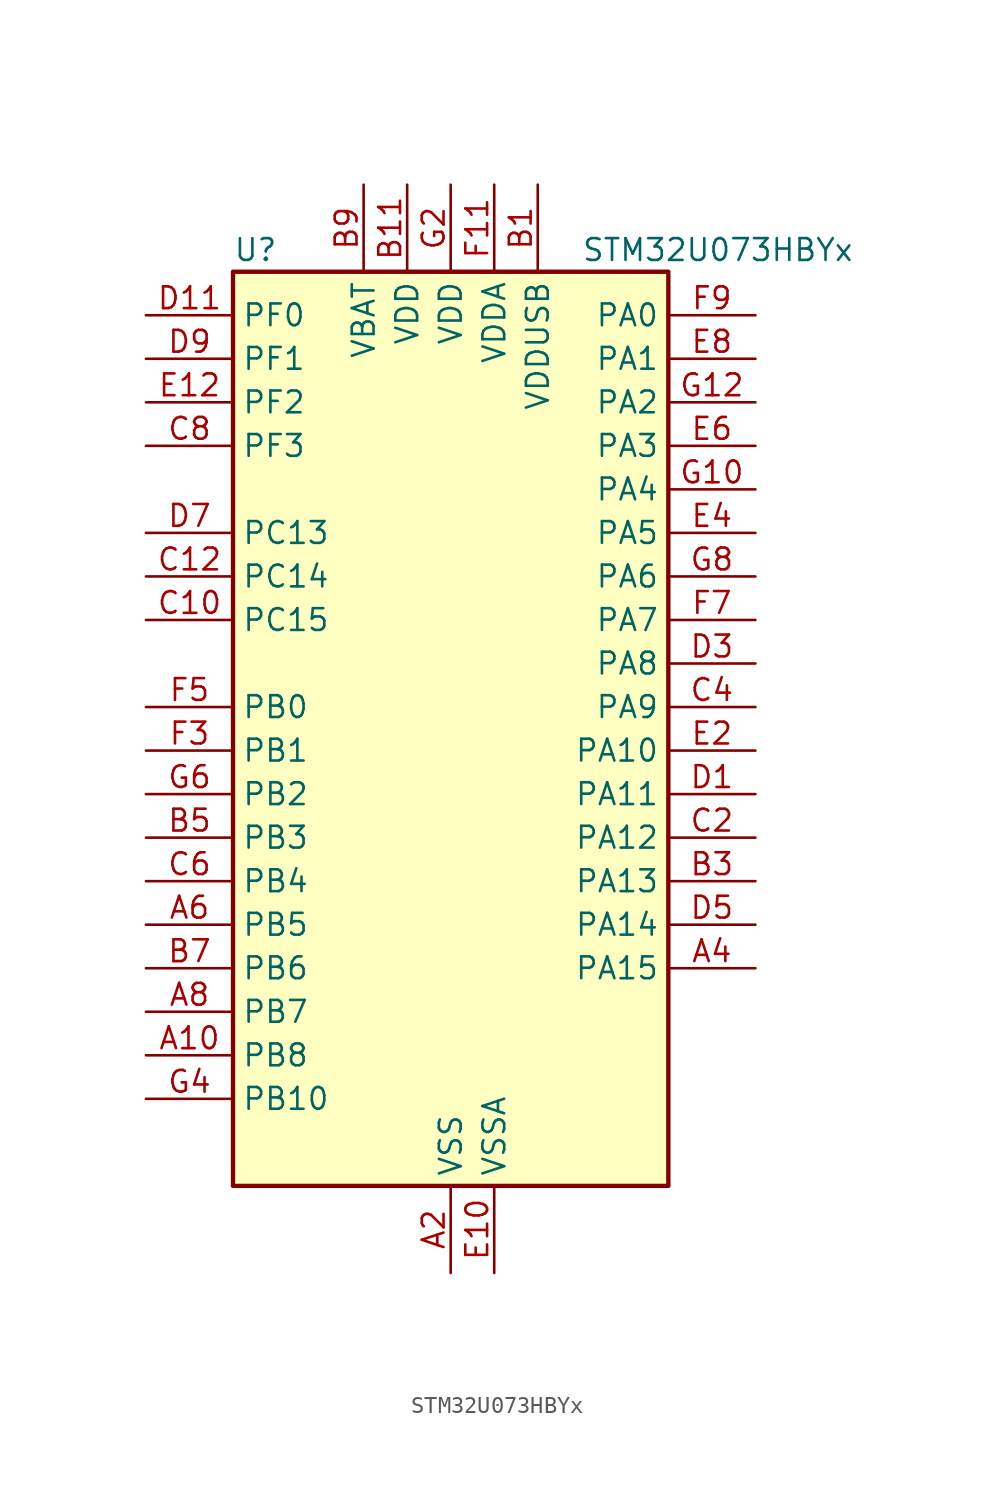
<source format=kicad_sym>
(kicad_symbol_lib
  (version 20231120)
  (generator "kicad_symbol_editor")
  (generator_version "8.99")
  (symbol "STM32U073HBYx"
    (property "Reference" "U"
      (at -12.7 29.21 0)
      (effects (font (size 1.27 1.27)) (justify left)))
    (property "Value" "STM32U073HBYx"
      (at 7.62 29.21 0)
      (effects (font (size 1.27 1.27)) (justify left)))
    (property "ki_locked" ""
      (at 0 0 0)
      (effects (font (size 1.27 1.27))))
    (symbol "STM32U073HBYx_0_1"
      (rectangle (start -12.7 -25.4) (end 12.7 27.94) (stroke (width 0.254) (type default)) (fill (type background))))
    (symbol "STM32U073HBYx_1_1"
      (pin bidirectional line (at -17.78 -17.78 0) (length 5.08) (name "PB8" (effects (font (size 1.27 1.27)))) (number "A10" (effects (font (size 1.27 1.27)))) (alternate "I2C1_SCL" bidirectional line) (alternate "I2C2_SCL" bidirectional line) (alternate "LCD_SEG16" bidirectional line) (alternate "LPTIM1_IN2" bidirectional line) (alternate "LPTIM3_IN2" bidirectional line) (alternate "TIM16_CH1" bidirectional line) (alternate "USART3_TX" bidirectional line))
      (pin passive line (at 0 -30.48 90) (length 5.08) hide (name "VSS" (effects (font (size 1.27 1.27)))) (number "A12" (effects (font (size 1.27 1.27)))))
      (pin power_in line (at 0 -30.48 90) (length 5.08) (name "VSS" (effects (font (size 1.27 1.27)))) (number "A2" (effects (font (size 1.27 1.27)))))
      (pin bidirectional line (at 17.78 -12.7 180) (length 5.08) (name "PA15" (effects (font (size 1.27 1.27)))) (number "A4" (effects (font (size 1.27 1.27)))) (alternate "DEBUG_JTDI" bidirectional line) (alternate "LCD_SEG17" bidirectional line) (alternate "LPTIM3_CH3" bidirectional line) (alternate "LPTIM3_IN2" bidirectional line) (alternate "SPI1_NSS" bidirectional line) (alternate "SPI3_NSS" bidirectional line) (alternate "TIM2_CH1" bidirectional line) (alternate "TIM2_ETR" bidirectional line) (alternate "TSC_G3_IO1" bidirectional line) (alternate "USART2_RX" bidirectional line) (alternate "USART3_DE" bidirectional line) (alternate "USART3_RTS" bidirectional line) (alternate "USART4_DE" bidirectional line) (alternate "USART4_RTS" bidirectional line))
      (pin bidirectional line (at -17.78 -10.16 0) (length 5.08) (name "PB5" (effects (font (size 1.27 1.27)))) (number "A6" (effects (font (size 1.27 1.27)))) (alternate "COMP2_OUT" bidirectional line) (alternate "LCD_SEG9" bidirectional line) (alternate "LPTIM1_IN1" bidirectional line) (alternate "LPUART3_CTS" bidirectional line) (alternate "SPI1_MOSI" bidirectional line) (alternate "SPI3_MOSI" bidirectional line) (alternate "TIM16_BKIN" bidirectional line) (alternate "TIM3_CH2" bidirectional line) (alternate "TSC_G2_IO2" bidirectional line) (alternate "USART1_CK" bidirectional line))
      (pin bidirectional line (at -17.78 -15.24 0) (length 5.08) (name "PB7" (effects (font (size 1.27 1.27)))) (number "A8" (effects (font (size 1.27 1.27)))) (alternate "COMP2_INM" bidirectional line) (alternate "I2C1_SDA" bidirectional line) (alternate "I2C2_SDA" bidirectional line) (alternate "I2C4_SDA" bidirectional line) (alternate "LCD_SEG21" bidirectional line) (alternate "LPTIM1_IN2" bidirectional line) (alternate "LPUART2_RX" bidirectional line) (alternate "LPUART3_RX" bidirectional line) (alternate "PWR_PVD_IN" bidirectional line) (alternate "TSC_G2_IO4" bidirectional line) (alternate "USART1_RX" bidirectional line) (alternate "USART4_CTS" bidirectional line))
      (pin power_in line (at 5.08 33.02 270) (length 5.08) (name "VDDUSB" (effects (font (size 1.27 1.27)))) (number "B1" (effects (font (size 1.27 1.27)))))
      (pin power_in line (at -2.54 33.02 270) (length 5.08) (name "VDD" (effects (font (size 1.27 1.27)))) (number "B11" (effects (font (size 1.27 1.27)))))
      (pin bidirectional line (at 17.78 -7.62 180) (length 5.08) (name "PA13" (effects (font (size 1.27 1.27)))) (number "B3" (effects (font (size 1.27 1.27)))) (alternate "DEBUG_JTMS-SWDIO" bidirectional line) (alternate "IR_OUT" bidirectional line) (alternate "LCD_SEG40" bidirectional line) (alternate "TSC_G7_IO4" bidirectional line) (alternate "USB_NOE" bidirectional line))
      (pin bidirectional line (at -17.78 -5.08 0) (length 5.08) (name "PB3" (effects (font (size 1.27 1.27)))) (number "B5" (effects (font (size 1.27 1.27)))) (alternate "COMP2_INM" bidirectional line) (alternate "DEBUG_JTDO-SWO" bidirectional line) (alternate "I2C2_SCL" bidirectional line) (alternate "I2C3_SCL" bidirectional line) (alternate "LCD_SEG7" bidirectional line) (alternate "LPTIM1_CH3" bidirectional line) (alternate "SPI1_SCK" bidirectional line) (alternate "SPI3_SCK" bidirectional line) (alternate "TIM2_CH2" bidirectional line) (alternate "USART1_DE" bidirectional line) (alternate "USART1_RTS" bidirectional line))
      (pin bidirectional line (at -17.78 -12.7 0) (length 5.08) (name "PB6" (effects (font (size 1.27 1.27)))) (number "B7" (effects (font (size 1.27 1.27)))) (alternate "COMP2_INP" bidirectional line) (alternate "I2C1_SCL" bidirectional line) (alternate "I2C2_SCL" bidirectional line) (alternate "I2C4_SCL" bidirectional line) (alternate "LPTIM1_ETR" bidirectional line) (alternate "LPUART2_TX" bidirectional line) (alternate "LPUART3_TX" bidirectional line) (alternate "TIM16_CH1N" bidirectional line) (alternate "TSC_G2_IO3" bidirectional line) (alternate "USART1_TX" bidirectional line))
      (pin power_in line (at -5.08 33.02 270) (length 5.08) (name "VBAT" (effects (font (size 1.27 1.27)))) (number "B9" (effects (font (size 1.27 1.27)))))
      (pin bidirectional line (at -17.78 7.62 0) (length 5.08) (name "PC15" (effects (font (size 1.27 1.27)))) (number "C10" (effects (font (size 1.27 1.27)))) (alternate "RCC_OSC32_EN" bidirectional line) (alternate "RCC_OSC32_OUT" bidirectional line) (alternate "RCC_OSC_EN" bidirectional line))
      (pin bidirectional line (at -17.78 10.16 0) (length 5.08) (name "PC14" (effects (font (size 1.27 1.27)))) (number "C12" (effects (font (size 1.27 1.27)))) (alternate "RCC_OSC32_IN" bidirectional line))
      (pin bidirectional line (at 17.78 -5.08 180) (length 5.08) (name "PA12" (effects (font (size 1.27 1.27)))) (number "C2" (effects (font (size 1.27 1.27)))) (alternate "SPI1_MOSI" bidirectional line) (alternate "SPI2_MOSI" bidirectional line) (alternate "TIM1_ETR" bidirectional line) (alternate "USART1_DE" bidirectional line) (alternate "USART1_RTS" bidirectional line) (alternate "USB_DP" bidirectional line))
      (pin bidirectional line (at 17.78 2.54 180) (length 5.08) (name "PA9" (effects (font (size 1.27 1.27)))) (number "C4" (effects (font (size 1.27 1.27)))) (alternate "COMP1_INP" bidirectional line) (alternate "DAC1_EXTI9" bidirectional line) (alternate "I2C1_SCL" bidirectional line) (alternate "I2C2_SCL" bidirectional line) (alternate "LCD_COM1" bidirectional line) (alternate "RCC_MCO" bidirectional line) (alternate "TIM15_BKIN" bidirectional line) (alternate "TIM1_CH2" bidirectional line) (alternate "TSC_G7_IO2" bidirectional line) (alternate "USART1_TX" bidirectional line))
      (pin bidirectional line (at -17.78 -7.62 0) (length 5.08) (name "PB4" (effects (font (size 1.27 1.27)))) (number "C6" (effects (font (size 1.27 1.27)))) (alternate "COMP2_INP" bidirectional line) (alternate "I2C2_SDA" bidirectional line) (alternate "I2C3_SDA" bidirectional line) (alternate "LCD_SEG8" bidirectional line) (alternate "LPTIM1_CH4" bidirectional line) (alternate "LPUART3_DE" bidirectional line) (alternate "LPUART3_RTS" bidirectional line) (alternate "SPI1_MISO" bidirectional line) (alternate "SPI3_MISO" bidirectional line) (alternate "TIM3_CH1" bidirectional line) (alternate "TSC_G2_IO1" bidirectional line) (alternate "USART1_CTS" bidirectional line))
      (pin bidirectional line (at -17.78 17.78 0) (length 5.08) (name "PF3" (effects (font (size 1.27 1.27)))) (number "C8" (effects (font (size 1.27 1.27)))))
      (pin bidirectional line (at 17.78 -2.54 180) (length 5.08) (name "PA11" (effects (font (size 1.27 1.27)))) (number "D1" (effects (font (size 1.27 1.27)))) (alternate "ADC1_EXTI11" bidirectional line) (alternate "COMP1_OUT" bidirectional line) (alternate "SPI1_MISO" bidirectional line) (alternate "SPI2_MISO" bidirectional line) (alternate "TIM1_BKIN2" bidirectional line) (alternate "TIM1_CH4" bidirectional line) (alternate "USART1_CTS" bidirectional line) (alternate "USB_DM" bidirectional line))
      (pin bidirectional line (at -17.78 25.4 0) (length 5.08) (name "PF0" (effects (font (size 1.27 1.27)))) (number "D11" (effects (font (size 1.27 1.27)))) (alternate "RCC_OSC_IN" bidirectional line))
      (pin bidirectional line (at 17.78 5.08 180) (length 5.08) (name "PA8" (effects (font (size 1.27 1.27)))) (number "D3" (effects (font (size 1.27 1.27)))) (alternate "LCD_COM0" bidirectional line) (alternate "LPTIM2_CH1" bidirectional line) (alternate "RCC_MCO" bidirectional line) (alternate "RCC_MCO2" bidirectional line) (alternate "TIM1_CH1" bidirectional line) (alternate "TSC_G7_IO1" bidirectional line) (alternate "USART1_CK" bidirectional line))
      (pin bidirectional line (at 17.78 -10.16 180) (length 5.08) (name "PA14" (effects (font (size 1.27 1.27)))) (number "D5" (effects (font (size 1.27 1.27)))) (alternate "DEBUG_JTCK-SWCLK" bidirectional line) (alternate "LCD_SEG41" bidirectional line) (alternate "LPTIM1_CH1" bidirectional line) (alternate "TSC_G3_IO4" bidirectional line))
      (pin bidirectional line (at -17.78 12.7 0) (length 5.08) (name "PC13" (effects (font (size 1.27 1.27)))) (number "D7" (effects (font (size 1.27 1.27)))) (alternate "LPTIM1_CH3" bidirectional line) (alternate "LPTIM3_CH3" bidirectional line) (alternate "PWR_WKUP2" bidirectional line) (alternate "RTC_OUT1" bidirectional line) (alternate "RTC_TS" bidirectional line) (alternate "TAMP_IN1" bidirectional line))
      (pin bidirectional line (at -17.78 22.86 0) (length 5.08) (name "PF1" (effects (font (size 1.27 1.27)))) (number "D9" (effects (font (size 1.27 1.27)))) (alternate "RCC_OSC_EN" bidirectional line) (alternate "RCC_OSC_OUT" bidirectional line))
      (pin power_in line (at 2.54 -30.48 90) (length 5.08) (name "VSSA" (effects (font (size 1.27 1.27)))) (number "E10" (effects (font (size 1.27 1.27)))))
      (pin bidirectional line (at -17.78 20.32 0) (length 5.08) (name "PF2" (effects (font (size 1.27 1.27)))) (number "E12" (effects (font (size 1.27 1.27)))) (alternate "RCC_MCO" bidirectional line))
      (pin bidirectional line (at 17.78 0 180) (length 5.08) (name "PA10" (effects (font (size 1.27 1.27)))) (number "E2" (effects (font (size 1.27 1.27)))) (alternate "CRS_SYNC" bidirectional line) (alternate "I2C1_SDA" bidirectional line) (alternate "I2C2_SDA" bidirectional line) (alternate "LCD_COM2" bidirectional line) (alternate "RCC_MCO2" bidirectional line) (alternate "SPI2_NSS" bidirectional line) (alternate "TIM1_CH3" bidirectional line) (alternate "TSC_G7_IO3" bidirectional line) (alternate "USART1_RX" bidirectional line))
      (pin bidirectional line (at 17.78 12.7 180) (length 5.08) (name "PA5" (effects (font (size 1.27 1.27)))) (number "E4" (effects (font (size 1.27 1.27)))) (alternate "ADC1_IN9" bidirectional line) (alternate "COMP1_INM" bidirectional line) (alternate "COMP2_INM" bidirectional line) (alternate "LCD_SEG44" bidirectional line) (alternate "LPTIM2_ETR" bidirectional line) (alternate "LPUART3_RX" bidirectional line) (alternate "SPI1_SCK" bidirectional line) (alternate "TIM2_CH1" bidirectional line) (alternate "TIM2_ETR" bidirectional line) (alternate "USART3_TX" bidirectional line))
      (pin bidirectional line (at 17.78 17.78 180) (length 5.08) (name "PA3" (effects (font (size 1.27 1.27)))) (number "E6" (effects (font (size 1.27 1.27)))) (alternate "ADC1_IN7" bidirectional line) (alternate "COMP2_INP" bidirectional line) (alternate "LCD_SEG2" bidirectional line) (alternate "LPUART1_RX" bidirectional line) (alternate "OPAMP1_VOUT" bidirectional line) (alternate "TIM15_CH2" bidirectional line) (alternate "TIM2_CH4" bidirectional line) (alternate "USART2_RX" bidirectional line))
      (pin bidirectional line (at 17.78 22.86 180) (length 5.08) (name "PA1" (effects (font (size 1.27 1.27)))) (number "E8" (effects (font (size 1.27 1.27)))) (alternate "ADC1_IN5" bidirectional line) (alternate "COMP1_INP" bidirectional line) (alternate "LCD_SEG0" bidirectional line) (alternate "LPTIM1_CH2" bidirectional line) (alternate "OPAMP1_VINM" bidirectional line) (alternate "PWR_WKUP3" bidirectional line) (alternate "SPI1_SCK" bidirectional line) (alternate "SPI2_SCK" bidirectional line) (alternate "TAMP_IN5" bidirectional line) (alternate "TIM15_CH1N" bidirectional line) (alternate "TIM2_CH2" bidirectional line) (alternate "USART2_DE" bidirectional line) (alternate "USART2_RTS" bidirectional line) (alternate "USART4_RX" bidirectional line))
      (pin passive line (at 0 -30.48 90) (length 5.08) hide (name "VSS" (effects (font (size 1.27 1.27)))) (number "F1" (effects (font (size 1.27 1.27)))))
      (pin power_in line (at 2.54 33.02 270) (length 5.08) (name "VDDA" (effects (font (size 1.27 1.27)))) (number "F11" (effects (font (size 1.27 1.27)))))
      (pin bidirectional line (at -17.78 0 0) (length 5.08) (name "PB1" (effects (font (size 1.27 1.27)))) (number "F3" (effects (font (size 1.27 1.27)))) (alternate "ADC1_IN18" bidirectional line) (alternate "COMP1_INM" bidirectional line) (alternate "LCD_SEG6" bidirectional line) (alternate "LPTIM2_IN1" bidirectional line) (alternate "LPTIM3_CH2" bidirectional line) (alternate "LPUART1_DE" bidirectional line) (alternate "LPUART1_RTS" bidirectional line) (alternate "LPUART2_DE" bidirectional line) (alternate "LPUART2_RTS" bidirectional line) (alternate "TIM1_CH3N" bidirectional line) (alternate "TIM3_CH4" bidirectional line) (alternate "TSC_SYNC" bidirectional line) (alternate "USART3_DE" bidirectional line) (alternate "USART3_RTS" bidirectional line))
      (pin bidirectional line (at -17.78 2.54 0) (length 5.08) (name "PB0" (effects (font (size 1.27 1.27)))) (number "F5" (effects (font (size 1.27 1.27)))) (alternate "ADC1_IN17" bidirectional line) (alternate "COMP1_OUT" bidirectional line) (alternate "LCD_SEG5" bidirectional line) (alternate "LPTIM3_CH1" bidirectional line) (alternate "LPUART2_CTS" bidirectional line) (alternate "SPI1_NSS" bidirectional line) (alternate "TIM1_CH2N" bidirectional line) (alternate "TIM3_CH3" bidirectional line) (alternate "TSC_G5_IO2" bidirectional line) (alternate "USART3_CK" bidirectional line))
      (pin bidirectional line (at 17.78 7.62 180) (length 5.08) (name "PA7" (effects (font (size 1.27 1.27)))) (number "F7" (effects (font (size 1.27 1.27)))) (alternate "ADC1_IN14" bidirectional line) (alternate "COMP2_OUT" bidirectional line) (alternate "I2C2_SCL" bidirectional line) (alternate "I2C3_SCL" bidirectional line) (alternate "LCD_SEG4" bidirectional line) (alternate "LPTIM2_CH2" bidirectional line) (alternate "SPI1_MOSI" bidirectional line) (alternate "TIM1_CH1N" bidirectional line) (alternate "TIM3_CH2" bidirectional line) (alternate "USART3_RX" bidirectional line))
      (pin bidirectional line (at 17.78 25.4 180) (length 5.08) (name "PA0" (effects (font (size 1.27 1.27)))) (number "F9" (effects (font (size 1.27 1.27)))) (alternate "ADC1_IN4" bidirectional line) (alternate "COMP1_INM" bidirectional line) (alternate "COMP1_OUT" bidirectional line) (alternate "LCD_SEG42" bidirectional line) (alternate "OPAMP1_VINP" bidirectional line) (alternate "PWR_WKUP1" bidirectional line) (alternate "TAMP_IN2" bidirectional line) (alternate "TIM2_CH1" bidirectional line) (alternate "TIM2_ETR" bidirectional line) (alternate "USART2_CTS" bidirectional line) (alternate "USART4_TX" bidirectional line))
      (pin bidirectional line (at 17.78 15.24 180) (length 5.08) (name "PA4" (effects (font (size 1.27 1.27)))) (number "G10" (effects (font (size 1.27 1.27)))) (alternate "ADC1_IN8" bidirectional line) (alternate "COMP1_INM" bidirectional line) (alternate "COMP2_INM" bidirectional line) (alternate "DAC1_OUT1" bidirectional line) (alternate "LCD_SEG43" bidirectional line) (alternate "LPTIM2_CH1" bidirectional line) (alternate "LPUART3_TX" bidirectional line) (alternate "SPI1_NSS" bidirectional line) (alternate "SPI3_NSS" bidirectional line) (alternate "USART2_CK" bidirectional line))
      (pin bidirectional line (at 17.78 20.32 180) (length 5.08) (name "PA2" (effects (font (size 1.27 1.27)))) (number "G12" (effects (font (size 1.27 1.27)))) (alternate "ADC1_IN6" bidirectional line) (alternate "COMP2_INM" bidirectional line) (alternate "COMP2_OUT" bidirectional line) (alternate "LCD_SEG1" bidirectional line) (alternate "LPUART1_TX" bidirectional line) (alternate "PWR_WKUP4" bidirectional line) (alternate "RCC_LSCO" bidirectional line) (alternate "TIM15_CH1" bidirectional line) (alternate "TIM2_CH3" bidirectional line) (alternate "USART2_TX" bidirectional line))
      (pin power_in line (at 0 33.02 270) (length 5.08) (name "VDD" (effects (font (size 1.27 1.27)))) (number "G2" (effects (font (size 1.27 1.27)))))
      (pin bidirectional line (at -17.78 -20.32 0) (length 5.08) (name "PB10" (effects (font (size 1.27 1.27)))) (number "G4" (effects (font (size 1.27 1.27)))) (alternate "COMP1_OUT" bidirectional line) (alternate "I2C2_SCL" bidirectional line) (alternate "I2C4_SCL" bidirectional line) (alternate "LCD_SEG10" bidirectional line) (alternate "LPTIM3_CH1" bidirectional line) (alternate "LPUART1_RX" bidirectional line) (alternate "LPUART2_RX" bidirectional line) (alternate "SPI2_SCK" bidirectional line) (alternate "TIM2_CH3" bidirectional line) (alternate "TSC_G5_IO3" bidirectional line) (alternate "USART3_TX" bidirectional line))
      (pin bidirectional line (at -17.78 -2.54 0) (length 5.08) (name "PB2" (effects (font (size 1.27 1.27)))) (number "G6" (effects (font (size 1.27 1.27)))) (alternate "COMP1_INP" bidirectional line) (alternate "LPTIM1_CH1" bidirectional line) (alternate "RTC_OUT2" bidirectional line))
      (pin bidirectional line (at 17.78 10.16 180) (length 5.08) (name "PA6" (effects (font (size 1.27 1.27)))) (number "G8" (effects (font (size 1.27 1.27)))) (alternate "ADC1_IN10" bidirectional line) (alternate "COMP1_OUT" bidirectional line) (alternate "I2C2_SDA" bidirectional line) (alternate "I2C3_SDA" bidirectional line) (alternate "LCD_SEG3" bidirectional line) (alternate "LPUART1_CTS" bidirectional line) (alternate "SPI1_MISO" bidirectional line) (alternate "TIM16_CH1" bidirectional line) (alternate "TIM1_BKIN" bidirectional line) (alternate "TIM3_CH1" bidirectional line) (alternate "TSC_G5_IO1" bidirectional line) (alternate "USART3_CTS" bidirectional line)))))
</source>
